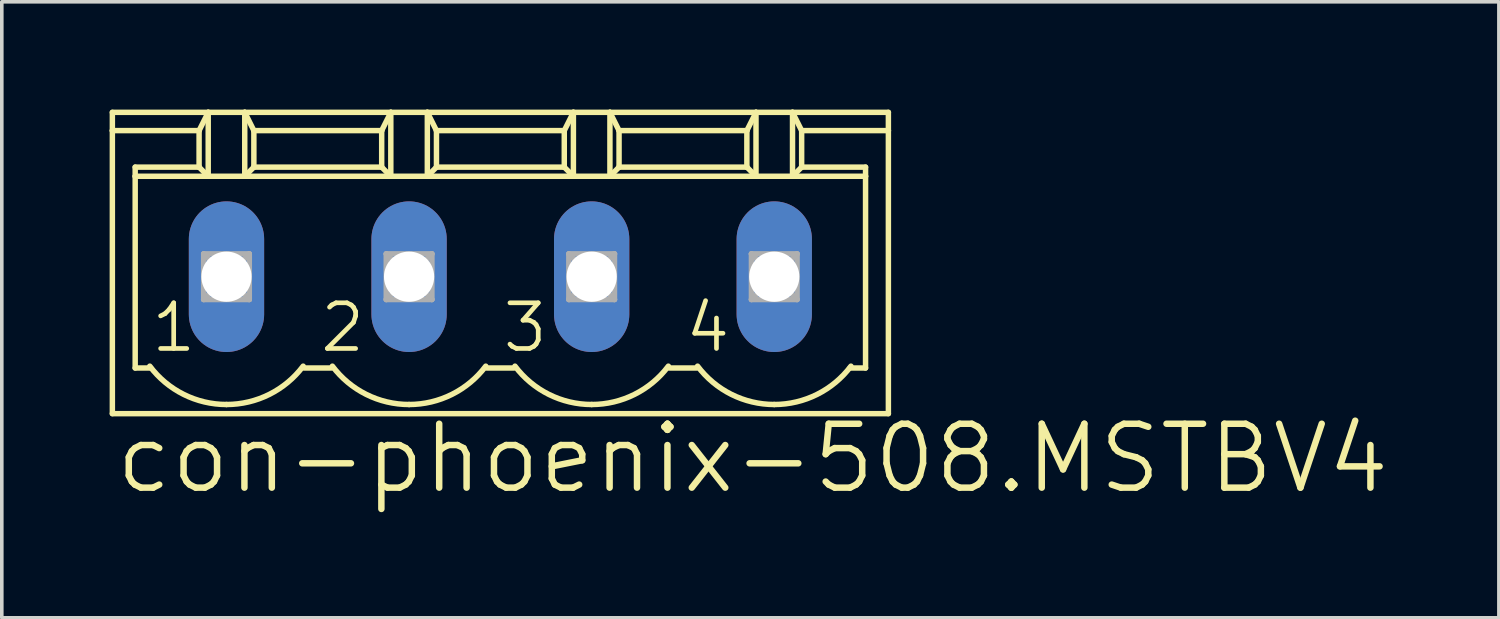
<source format=kicad_pcb>
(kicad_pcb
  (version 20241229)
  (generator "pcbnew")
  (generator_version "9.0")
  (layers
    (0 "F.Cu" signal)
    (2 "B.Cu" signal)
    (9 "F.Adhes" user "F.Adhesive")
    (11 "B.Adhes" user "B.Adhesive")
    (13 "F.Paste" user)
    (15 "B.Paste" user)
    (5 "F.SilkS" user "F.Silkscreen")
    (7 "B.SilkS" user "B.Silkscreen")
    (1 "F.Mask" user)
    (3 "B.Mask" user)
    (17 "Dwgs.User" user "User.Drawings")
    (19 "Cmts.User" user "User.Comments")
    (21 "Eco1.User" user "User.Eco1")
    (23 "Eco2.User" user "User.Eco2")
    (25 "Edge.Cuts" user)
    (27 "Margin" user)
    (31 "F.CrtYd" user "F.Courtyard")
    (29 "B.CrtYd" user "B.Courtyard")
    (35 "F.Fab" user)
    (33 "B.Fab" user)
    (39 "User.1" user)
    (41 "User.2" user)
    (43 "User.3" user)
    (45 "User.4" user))
  (footprint "con-phoenix-508.MSTBV4"
    (layer "F.Cu")
    (at 10.871 4.648)
    (property "Reference" "con-phoenix-508.MSTBV4" (at -10.795 6.096 0) (layer "F.SilkS") (effects (font (size 1.778 1.778) (thickness 0.18)) (justify left bottom)))
    (attr through_hole)
    (fp_line (start -10.795 -4.572) (end -10.795 -4.064) (stroke (width 0.152) (type default)) (layer "F.SilkS"))
    (fp_line (start -10.795 -4.572) (end -8.128 -4.572) (stroke (width 0.152) (type default)) (layer "F.SilkS"))
    (fp_line (start -10.795 -4.064) (end -10.795 3.81) (stroke (width 0.152) (type default)) (layer "F.SilkS"))
    (fp_line (start -10.795 -4.064) (end -8.382 -4.064) (stroke (width 0.152) (type default)) (layer "F.SilkS"))
    (fp_line (start -10.795 3.81) (end 10.795 3.81) (stroke (width 0.152) (type default)) (layer "F.SilkS"))
    (fp_line (start -10.16 -2.794) (end -10.16 -3.048) (stroke (width 0.152) (type default)) (layer "F.SilkS"))
    (fp_line (start -10.16 -2.794) (end -8.128 -2.794) (stroke (width 0.152) (type default)) (layer "F.SilkS"))
    (fp_line (start -10.16 2.54) (end -10.16 -2.794) (stroke (width 0.152) (type default)) (layer "F.SilkS"))
    (fp_line (start -10.16 2.54) (end -9.728 2.54) (stroke (width 0.152) (type default)) (layer "F.SilkS"))
    (fp_line (start -8.382 -4.064) (end -8.382 -3.048) (stroke (width 0.152) (type default)) (layer "F.SilkS"))
    (fp_line (start -8.382 -4.064) (end -8.128 -4.572) (stroke (width 0.152) (type default)) (layer "F.SilkS"))
    (fp_line (start -8.382 -3.048) (end -10.16 -3.048) (stroke (width 0.152) (type default)) (layer "F.SilkS"))
    (fp_line (start -8.382 -3.048) (end -8.128 -2.794) (stroke (width 0.152) (type default)) (layer "F.SilkS"))
    (fp_line (start -8.128 -4.572) (end -7.112 -4.572) (stroke (width 0.152) (type default)) (layer "F.SilkS"))
    (fp_line (start -8.128 -2.794) (end -8.128 -4.572) (stroke (width 0.152) (type default)) (layer "F.SilkS"))
    (fp_line (start -8.128 -2.794) (end -7.112 -2.794) (stroke (width 0.152) (type default)) (layer "F.SilkS"))
    (fp_line (start -7.112 -4.572) (end -6.858 -4.064) (stroke (width 0.152) (type default)) (layer "F.SilkS"))
    (fp_line (start -7.112 -4.572) (end -3.048 -4.572) (stroke (width 0.152) (type default)) (layer "F.SilkS"))
    (fp_line (start -7.112 -2.794) (end -7.112 -4.572) (stroke (width 0.152) (type default)) (layer "F.SilkS"))
    (fp_line (start -7.112 -2.794) (end -3.048 -2.794) (stroke (width 0.152) (type default)) (layer "F.SilkS"))
    (fp_line (start -6.858 -4.064) (end -6.858 -3.048) (stroke (width 0.152) (type default)) (layer "F.SilkS"))
    (fp_line (start -6.858 -4.064) (end -3.302 -4.064) (stroke (width 0.152) (type default)) (layer "F.SilkS"))
    (fp_line (start -6.858 -3.048) (end -7.112 -2.794) (stroke (width 0.152) (type default)) (layer "F.SilkS"))
    (fp_line (start -5.461 2.54) (end -4.699 2.54) (stroke (width 0.152) (type default)) (layer "F.SilkS"))
    (fp_line (start -3.302 -4.064) (end -3.302 -3.048) (stroke (width 0.152) (type default)) (layer "F.SilkS"))
    (fp_line (start -3.302 -4.064) (end -3.048 -4.572) (stroke (width 0.152) (type default)) (layer "F.SilkS"))
    (fp_line (start -3.302 -3.048) (end -6.858 -3.048) (stroke (width 0.152) (type default)) (layer "F.SilkS"))
    (fp_line (start -3.302 -3.048) (end -3.048 -2.794) (stroke (width 0.152) (type default)) (layer "F.SilkS"))
    (fp_line (start -3.048 -4.572) (end -2.032 -4.572) (stroke (width 0.152) (type default)) (layer "F.SilkS"))
    (fp_line (start -3.048 -2.794) (end -3.048 -4.572) (stroke (width 0.152) (type default)) (layer "F.SilkS"))
    (fp_line (start -3.048 -2.794) (end -2.032 -2.794) (stroke (width 0.152) (type default)) (layer "F.SilkS"))
    (fp_line (start -2.032 -4.572) (end -1.778 -4.064) (stroke (width 0.152) (type default)) (layer "F.SilkS"))
    (fp_line (start -2.032 -4.572) (end 2.032 -4.572) (stroke (width 0.152) (type default)) (layer "F.SilkS"))
    (fp_line (start -2.032 -2.794) (end -2.032 -4.572) (stroke (width 0.152) (type default)) (layer "F.SilkS"))
    (fp_line (start -2.032 -2.794) (end 2.032 -2.794) (stroke (width 0.152) (type default)) (layer "F.SilkS"))
    (fp_line (start -1.778 -4.064) (end -1.778 -3.048) (stroke (width 0.152) (type default)) (layer "F.SilkS"))
    (fp_line (start -1.778 -4.064) (end 1.778 -4.064) (stroke (width 0.152) (type default)) (layer "F.SilkS"))
    (fp_line (start -1.778 -3.048) (end -2.032 -2.794) (stroke (width 0.152) (type default)) (layer "F.SilkS"))
    (fp_line (start -0.381 2.54) (end 0.381 2.54) (stroke (width 0.152) (type default)) (layer "F.SilkS"))
    (fp_line (start 1.778 -4.064) (end 1.778 -3.048) (stroke (width 0.152) (type default)) (layer "F.SilkS"))
    (fp_line (start 1.778 -4.064) (end 2.032 -4.572) (stroke (width 0.152) (type default)) (layer "F.SilkS"))
    (fp_line (start 1.778 -3.048) (end -1.778 -3.048) (stroke (width 0.152) (type default)) (layer "F.SilkS"))
    (fp_line (start 1.778 -3.048) (end 2.032 -2.794) (stroke (width 0.152) (type default)) (layer "F.SilkS"))
    (fp_line (start 2.032 -4.572) (end 3.048 -4.572) (stroke (width 0.152) (type default)) (layer "F.SilkS"))
    (fp_line (start 2.032 -2.794) (end 2.032 -4.572) (stroke (width 0.152) (type default)) (layer "F.SilkS"))
    (fp_line (start 2.032 -2.794) (end 3.048 -2.794) (stroke (width 0.152) (type default)) (layer "F.SilkS"))
    (fp_line (start 3.048 -4.572) (end 3.302 -4.064) (stroke (width 0.152) (type default)) (layer "F.SilkS"))
    (fp_line (start 3.048 -4.572) (end 7.112 -4.572) (stroke (width 0.152) (type default)) (layer "F.SilkS"))
    (fp_line (start 3.048 -2.794) (end 3.048 -4.572) (stroke (width 0.152) (type default)) (layer "F.SilkS"))
    (fp_line (start 3.048 -2.794) (end 7.112 -2.794) (stroke (width 0.152) (type default)) (layer "F.SilkS"))
    (fp_line (start 3.302 -4.064) (end 3.302 -3.048) (stroke (width 0.152) (type default)) (layer "F.SilkS"))
    (fp_line (start 3.302 -4.064) (end 6.858 -4.064) (stroke (width 0.152) (type default)) (layer "F.SilkS"))
    (fp_line (start 3.302 -3.048) (end 3.048 -2.794) (stroke (width 0.152) (type default)) (layer "F.SilkS"))
    (fp_line (start 3.302 -3.048) (end 6.858 -3.048) (stroke (width 0.152) (type default)) (layer "F.SilkS"))
    (fp_line (start 4.699 2.54) (end 5.461 2.54) (stroke (width 0.152) (type default)) (layer "F.SilkS"))
    (fp_line (start 6.858 -4.064) (end 6.858 -3.048) (stroke (width 0.152) (type default)) (layer "F.SilkS"))
    (fp_line (start 6.858 -4.064) (end 7.112 -4.572) (stroke (width 0.152) (type default)) (layer "F.SilkS"))
    (fp_line (start 6.858 -3.048) (end 7.112 -2.794) (stroke (width 0.152) (type default)) (layer "F.SilkS"))
    (fp_line (start 7.112 -4.572) (end 8.128 -4.572) (stroke (width 0.152) (type default)) (layer "F.SilkS"))
    (fp_line (start 7.112 -2.794) (end 7.112 -4.572) (stroke (width 0.152) (type default)) (layer "F.SilkS"))
    (fp_line (start 7.112 -2.794) (end 8.128 -2.794) (stroke (width 0.152) (type default)) (layer "F.SilkS"))
    (fp_line (start 8.128 -4.572) (end 8.382 -4.064) (stroke (width 0.152) (type default)) (layer "F.SilkS"))
    (fp_line (start 8.128 -4.572) (end 10.795 -4.572) (stroke (width 0.152) (type default)) (layer "F.SilkS"))
    (fp_line (start 8.128 -2.794) (end 8.128 -4.572) (stroke (width 0.152) (type default)) (layer "F.SilkS"))
    (fp_line (start 8.128 -2.794) (end 10.16 -2.794) (stroke (width 0.152) (type default)) (layer "F.SilkS"))
    (fp_line (start 8.382 -4.064) (end 8.382 -3.048) (stroke (width 0.152) (type default)) (layer "F.SilkS"))
    (fp_line (start 8.382 -4.064) (end 10.795 -4.064) (stroke (width 0.152) (type default)) (layer "F.SilkS"))
    (fp_line (start 8.382 -3.048) (end 8.128 -2.794) (stroke (width 0.152) (type default)) (layer "F.SilkS"))
    (fp_line (start 8.382 -3.048) (end 10.16 -3.048) (stroke (width 0.152) (type default)) (layer "F.SilkS"))
    (fp_line (start 9.728 2.54) (end 10.16 2.54) (stroke (width 0.152) (type default)) (layer "F.SilkS"))
    (fp_line (start 10.16 -3.048) (end 10.16 -2.794) (stroke (width 0.152) (type default)) (layer "F.SilkS"))
    (fp_line (start 10.16 -2.794) (end 10.16 2.54) (stroke (width 0.152) (type default)) (layer "F.SilkS"))
    (fp_line (start 10.795 -4.064) (end 10.795 -4.572) (stroke (width 0.152) (type default)) (layer "F.SilkS"))
    (fp_line (start 10.795 3.81) (end 10.795 -4.064) (stroke (width 0.152) (type default)) (layer "F.SilkS"))
    (fp_arc (start -7.62 3.556) (mid -8.812719 3.274437) (end -9.7536 2.4892) (stroke (width 0.1524) (type default)) (layer "F.SilkS"))
    (fp_arc (start -5.4864 2.4892) (mid -6.427281 3.274437) (end -7.62 3.556) (stroke (width 0.1524) (type default)) (layer "F.SilkS"))
    (fp_arc (start -2.54 3.556) (mid -3.732719 3.274437) (end -4.6736 2.4892) (stroke (width 0.1524) (type default)) (layer "F.SilkS"))
    (fp_arc (start -0.4064 2.4892) (mid -1.347281 3.274437) (end -2.54 3.556) (stroke (width 0.1524) (type default)) (layer "F.SilkS"))
    (fp_arc (start 2.54 3.556) (mid 1.347281 3.274437) (end 0.4064 2.4892) (stroke (width 0.1524) (type default)) (layer "F.SilkS"))
    (fp_arc (start 4.6736 2.4892) (mid 3.732719 3.274437) (end 2.54 3.556) (stroke (width 0.1524) (type default)) (layer "F.SilkS"))
    (fp_arc (start 7.62 3.556) (mid 6.427281 3.274437) (end 5.4864 2.4892) (stroke (width 0.1524) (type default)) (layer "F.SilkS"))
    (fp_arc (start 9.7536 2.4892) (mid 8.812719 3.274437) (end 7.62 3.556) (stroke (width 0.1524) (type default)) (layer "F.SilkS"))
    (fp_line (start -8.255 -0.635) (end -8.255 0.635) (stroke (width 0.152) (type default)) (layer "F.Fab"))
    (fp_line (start -8.255 -0.635) (end -6.985 0.635) (stroke (width 0.152) (type default)) (layer "F.Fab"))
    (fp_line (start -8.255 0.635) (end -6.985 -0.635) (stroke (width 0.152) (type default)) (layer "F.Fab"))
    (fp_line (start -8.255 0.635) (end -6.985 0.635) (stroke (width 0.152) (type default)) (layer "F.Fab"))
    (fp_line (start -6.985 -0.635) (end -8.255 -0.635) (stroke (width 0.152) (type default)) (layer "F.Fab"))
    (fp_line (start -6.985 0.635) (end -6.985 -0.635) (stroke (width 0.152) (type default)) (layer "F.Fab"))
    (fp_line (start -3.175 -0.635) (end -3.175 0.635) (stroke (width 0.152) (type default)) (layer "F.Fab"))
    (fp_line (start -3.175 -0.635) (end -1.905 0.635) (stroke (width 0.152) (type default)) (layer "F.Fab"))
    (fp_line (start -3.175 0.635) (end -1.905 -0.635) (stroke (width 0.152) (type default)) (layer "F.Fab"))
    (fp_line (start -3.175 0.635) (end -1.905 0.635) (stroke (width 0.152) (type default)) (layer "F.Fab"))
    (fp_line (start -1.905 -0.635) (end -3.175 -0.635) (stroke (width 0.152) (type default)) (layer "F.Fab"))
    (fp_line (start -1.905 0.635) (end -1.905 -0.635) (stroke (width 0.152) (type default)) (layer "F.Fab"))
    (fp_line (start 1.905 -0.635) (end 1.905 0.635) (stroke (width 0.152) (type default)) (layer "F.Fab"))
    (fp_line (start 1.905 -0.635) (end 3.175 0.635) (stroke (width 0.152) (type default)) (layer "F.Fab"))
    (fp_line (start 1.905 0.635) (end 3.175 -0.635) (stroke (width 0.152) (type default)) (layer "F.Fab"))
    (fp_line (start 1.905 0.635) (end 3.175 0.635) (stroke (width 0.152) (type default)) (layer "F.Fab"))
    (fp_line (start 3.175 -0.635) (end 1.905 -0.635) (stroke (width 0.152) (type default)) (layer "F.Fab"))
    (fp_line (start 3.175 0.635) (end 3.175 -0.635) (stroke (width 0.152) (type default)) (layer "F.Fab"))
    (fp_line (start 6.985 -0.635) (end 6.985 0.635) (stroke (width 0.152) (type default)) (layer "F.Fab"))
    (fp_line (start 6.985 -0.635) (end 8.255 0.635) (stroke (width 0.152) (type default)) (layer "F.Fab"))
    (fp_line (start 6.985 0.635) (end 8.255 -0.635) (stroke (width 0.152) (type default)) (layer "F.Fab"))
    (fp_line (start 6.985 0.635) (end 8.255 0.635) (stroke (width 0.152) (type default)) (layer "F.Fab"))
    (fp_line (start 8.255 -0.635) (end 6.985 -0.635) (stroke (width 0.152) (type default)) (layer "F.Fab"))
    (fp_line (start 8.255 0.635) (end 8.255 -0.635) (stroke (width 0.152) (type default)) (layer "F.Fab"))
    (fp_text user "1" (at -9.779 2.159 0) (layer "F.SilkS") (effects (font (size 1.27 1.27) (thickness 0.13)) (justify left bottom)))
    (fp_text user "3" (at 0 2.159 0) (layer "F.SilkS") (effects (font (size 1.27 1.27) (thickness 0.13)) (justify left bottom)))
    (fp_text user "2" (at -5.08 2.159 0) (layer "F.SilkS") (effects (font (size 1.27 1.27) (thickness 0.13)) (justify left bottom)))
    (fp_text user "4" (at 5.08 2.159 0) (layer "F.SilkS") (effects (font (size 1.27 1.27) (thickness 0.13)) (justify left bottom)))
    (pad "1" thru_hole oval (at -7.62 0 90) (size 4.191 2.095) (drill 1.397) (layers "*.Cu" "*.Mask"))
    (pad "2" thru_hole oval (at -2.54 0 90) (size 4.191 2.095) (drill 1.397) (layers "*.Cu" "*.Mask"))
    (pad "3" thru_hole oval (at 2.54 0 90) (size 4.191 2.095) (drill 1.397) (layers "*.Cu" "*.Mask"))
    (pad "4" thru_hole oval (at 7.62 0 90) (size 4.191 2.095) (drill 1.397) (layers "*.Cu" "*.Mask")))
  (gr_rect
    (start -3 -3)
    (end 38.651 14.138)
    (stroke (width 0.1) (type default))
    (fill no)
    (layer "Edge.Cuts")))
</source>
